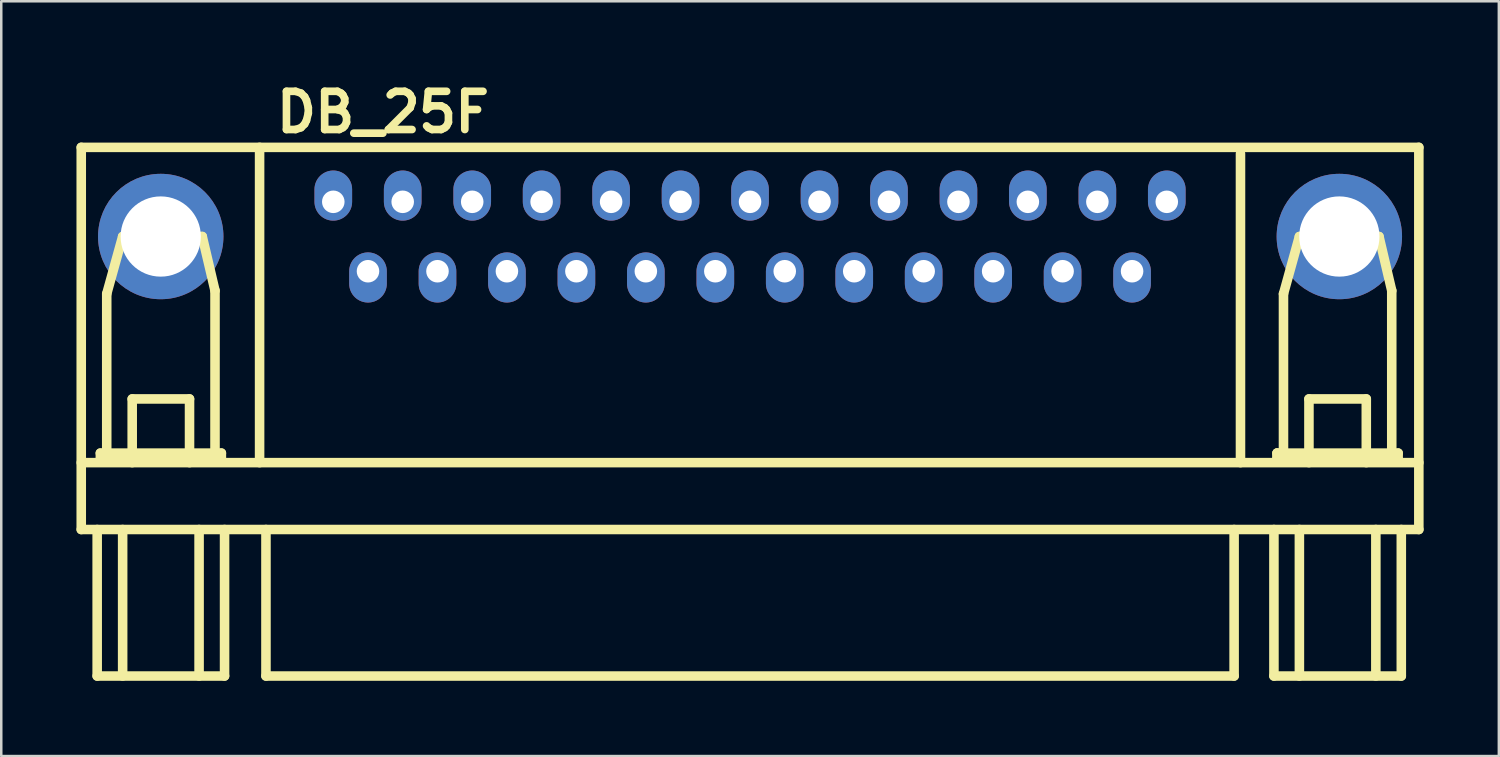
<source format=kicad_pcb>
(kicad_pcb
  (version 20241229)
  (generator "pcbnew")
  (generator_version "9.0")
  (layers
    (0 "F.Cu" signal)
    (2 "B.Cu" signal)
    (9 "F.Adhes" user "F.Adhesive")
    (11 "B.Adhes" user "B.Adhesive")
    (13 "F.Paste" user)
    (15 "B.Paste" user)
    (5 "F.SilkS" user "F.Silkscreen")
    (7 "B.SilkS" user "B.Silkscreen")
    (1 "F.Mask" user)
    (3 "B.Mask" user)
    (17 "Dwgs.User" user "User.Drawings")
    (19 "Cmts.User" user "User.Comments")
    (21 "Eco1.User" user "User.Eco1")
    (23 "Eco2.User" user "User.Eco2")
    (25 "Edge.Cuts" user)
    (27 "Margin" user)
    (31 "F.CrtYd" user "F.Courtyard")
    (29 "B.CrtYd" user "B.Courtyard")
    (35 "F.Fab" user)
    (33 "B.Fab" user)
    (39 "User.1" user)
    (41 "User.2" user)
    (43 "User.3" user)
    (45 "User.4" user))
  (footprint "DB_25F"
    (layer "F.Cu")
    (at 26.86 13.494)
    (property "Reference" "DB_25F" (at -14.64 -12.068 0) (layer "F.SilkS") (effects (font (size 1.524 1.524) (thickness 0.305))))
    (attr through_hole)
    (fp_line (start -26.67 -10.668) (end -26.67 4.572) (stroke (width 0.381) (type solid)) (layer "F.SilkS"))
    (fp_line (start -26.67 1.905) (end 26.67 1.905) (stroke (width 0.381) (type solid)) (layer "F.SilkS"))
    (fp_line (start -26.035 4.572) (end -26.035 10.414) (stroke (width 0.381) (type solid)) (layer "F.SilkS"))
    (fp_line (start -26.035 10.414) (end -20.955 10.414) (stroke (width 0.381) (type solid)) (layer "F.SilkS"))
    (fp_line (start -25.908 1.524) (end -25.908 1.778) (stroke (width 0.381) (type solid)) (layer "F.SilkS"))
    (fp_line (start -25.908 1.778) (end -21.082 1.778) (stroke (width 0.381) (type solid)) (layer "F.SilkS"))
    (fp_line (start -25.654 -4.826) (end -25.019 -7.112) (stroke (width 0.381) (type solid)) (layer "F.SilkS"))
    (fp_line (start -25.654 1.524) (end -25.654 -4.826) (stroke (width 0.381) (type solid)) (layer "F.SilkS"))
    (fp_line (start -25.019 -7.112) (end -21.844 -7.112) (stroke (width 0.381) (type solid)) (layer "F.SilkS"))
    (fp_line (start -25.019 4.572) (end -25.019 10.414) (stroke (width 0.381) (type solid)) (layer "F.SilkS"))
    (fp_line (start -24.638 -0.635) (end -22.352 -0.635) (stroke (width 0.381) (type solid)) (layer "F.SilkS"))
    (fp_line (start -24.638 1.905) (end -24.638 -0.635) (stroke (width 0.381) (type solid)) (layer "F.SilkS"))
    (fp_line (start -22.352 -0.635) (end -22.352 1.905) (stroke (width 0.381) (type solid)) (layer "F.SilkS"))
    (fp_line (start -21.971 4.572) (end -21.971 10.414) (stroke (width 0.381) (type solid)) (layer "F.SilkS"))
    (fp_line (start -21.844 -7.112) (end -21.336 -4.953) (stroke (width 0.381) (type solid)) (layer "F.SilkS"))
    (fp_line (start -21.336 -4.953) (end -21.336 1.524) (stroke (width 0.381) (type solid)) (layer "F.SilkS"))
    (fp_line (start -21.082 1.524) (end -25.908 1.524) (stroke (width 0.381) (type solid)) (layer "F.SilkS"))
    (fp_line (start -21.082 1.778) (end -21.082 1.524) (stroke (width 0.381) (type solid)) (layer "F.SilkS"))
    (fp_line (start -20.955 4.572) (end -20.955 10.414) (stroke (width 0.381) (type solid)) (layer "F.SilkS"))
    (fp_line (start -19.558 1.905) (end -19.558 -10.668) (stroke (width 0.381) (type solid)) (layer "F.SilkS"))
    (fp_line (start -19.304 4.572) (end -19.304 10.414) (stroke (width 0.381) (type solid)) (layer "F.SilkS"))
    (fp_line (start 19.304 10.414) (end -19.304 10.414) (stroke (width 0.381) (type solid)) (layer "F.SilkS"))
    (fp_line (start 19.304 10.414) (end 19.304 4.572) (stroke (width 0.381) (type solid)) (layer "F.SilkS"))
    (fp_line (start 19.558 1.905) (end 19.558 -10.414) (stroke (width 0.381) (type solid)) (layer "F.SilkS"))
    (fp_line (start 20.892 4.572) (end 20.892 10.414) (stroke (width 0.381) (type solid)) (layer "F.SilkS"))
    (fp_line (start 20.892 10.414) (end 25.971 10.414) (stroke (width 0.381) (type solid)) (layer "F.SilkS"))
    (fp_line (start 21.018 1.524) (end 21.018 1.778) (stroke (width 0.381) (type solid)) (layer "F.SilkS"))
    (fp_line (start 21.018 1.524) (end 21.018 1.778) (stroke (width 0.381) (type solid)) (layer "F.SilkS"))
    (fp_line (start 21.018 1.778) (end 25.845 1.778) (stroke (width 0.381) (type solid)) (layer "F.SilkS"))
    (fp_line (start 21.273 -4.826) (end 21.907 -7.112) (stroke (width 0.381) (type solid)) (layer "F.SilkS"))
    (fp_line (start 21.273 1.524) (end 21.273 -4.826) (stroke (width 0.381) (type solid)) (layer "F.SilkS"))
    (fp_line (start 21.907 -7.112) (end 25.082 -7.112) (stroke (width 0.381) (type solid)) (layer "F.SilkS"))
    (fp_line (start 21.907 4.572) (end 21.907 10.414) (stroke (width 0.381) (type solid)) (layer "F.SilkS"))
    (fp_line (start 22.288 -0.635) (end 24.575 -0.635) (stroke (width 0.381) (type solid)) (layer "F.SilkS"))
    (fp_line (start 22.288 1.905) (end 22.288 -0.635) (stroke (width 0.381) (type solid)) (layer "F.SilkS"))
    (fp_line (start 24.575 -0.635) (end 24.575 1.905) (stroke (width 0.381) (type solid)) (layer "F.SilkS"))
    (fp_line (start 24.956 4.572) (end 24.956 10.414) (stroke (width 0.381) (type solid)) (layer "F.SilkS"))
    (fp_line (start 25.082 -7.112) (end 25.59 -4.953) (stroke (width 0.381) (type solid)) (layer "F.SilkS"))
    (fp_line (start 25.59 -4.953) (end 25.59 1.524) (stroke (width 0.381) (type solid)) (layer "F.SilkS"))
    (fp_line (start 25.845 1.524) (end 21.018 1.524) (stroke (width 0.381) (type solid)) (layer "F.SilkS"))
    (fp_line (start 25.845 1.778) (end 25.845 1.524) (stroke (width 0.381) (type solid)) (layer "F.SilkS"))
    (fp_line (start 25.971 4.572) (end 25.971 10.414) (stroke (width 0.381) (type solid)) (layer "F.SilkS"))
    (fp_line (start 26.67 -10.668) (end -26.67 -10.668) (stroke (width 0.381) (type solid)) (layer "F.SilkS"))
    (fp_line (start 26.67 -10.668) (end 26.67 4.572) (stroke (width 0.381) (type solid)) (layer "F.SilkS"))
    (fp_line (start 26.67 4.572) (end -26.67 4.572) (stroke (width 0.381) (type solid)) (layer "F.SilkS"))
    (pad "" thru_hole circle (at -23.5 -7.112) (size 5.001 5.001) (drill 3.2) (layers "*.Cu" "*.Mask"))
    (pad "" thru_hole circle (at 23.5 -7.112) (size 5.001 5.001) (drill 3.2) (layers "*.Cu" "*.Mask"))
    (pad "1" thru_hole oval (at 16.619 -8.496) (size 1.501 1.999) (drill 0.899 (offset 0 -0.249)) (layers "*.Cu" "*.Mask"))
    (pad "2" thru_hole oval (at 13.851 -8.496) (size 1.501 1.999) (drill 0.899 (offset 0 -0.249)) (layers "*.Cu" "*.Mask"))
    (pad "3" thru_hole oval (at 11.079 -8.496) (size 1.501 1.999) (drill 0.899 (offset 0 -0.249)) (layers "*.Cu" "*.Mask"))
    (pad "4" thru_hole oval (at 8.311 -8.496) (size 1.501 1.999) (drill 0.899 (offset 0 -0.249)) (layers "*.Cu" "*.Mask"))
    (pad "5" thru_hole oval (at 5.54 -8.496) (size 1.501 1.999) (drill 0.899 (offset 0 -0.249)) (layers "*.Cu" "*.Mask"))
    (pad "6" thru_hole oval (at 2.771 -8.496) (size 1.501 1.999) (drill 0.899 (offset 0 -0.249)) (layers "*.Cu" "*.Mask"))
    (pad "7" thru_hole oval (at 0 -8.496) (size 1.501 1.999) (drill 0.899 (offset 0 -0.249)) (layers "*.Cu" "*.Mask"))
    (pad "8" thru_hole oval (at -2.771 -8.496) (size 1.501 1.999) (drill 0.899 (offset 0 -0.249)) (layers "*.Cu" "*.Mask"))
    (pad "9" thru_hole oval (at -5.54 -8.496) (size 1.501 1.999) (drill 0.899 (offset 0 -0.249)) (layers "*.Cu" "*.Mask"))
    (pad "10" thru_hole oval (at -8.311 -8.496) (size 1.501 1.999) (drill 0.899 (offset 0 -0.249)) (layers "*.Cu" "*.Mask"))
    (pad "11" thru_hole oval (at -11.079 -8.496) (size 1.501 1.999) (drill 0.899 (offset 0 -0.249)) (layers "*.Cu" "*.Mask"))
    (pad "12" thru_hole oval (at -13.851 -8.496) (size 1.501 1.999) (drill 0.899 (offset 0 -0.249)) (layers "*.Cu" "*.Mask"))
    (pad "13" thru_hole oval (at -16.619 -8.496) (size 1.501 1.999) (drill 0.899 (offset 0 -0.249)) (layers "*.Cu" "*.Mask"))
    (pad "14" thru_hole oval (at 15.235 -5.728) (size 1.501 1.999) (drill 0.899 (offset 0 0.249)) (layers "*.Cu" "*.Mask"))
    (pad "15" thru_hole oval (at 12.464 -5.728) (size 1.501 1.999) (drill 0.899 (offset 0 0.249)) (layers "*.Cu" "*.Mask"))
    (pad "16" thru_hole oval (at 9.695 -5.728) (size 1.501 1.999) (drill 0.899 (offset 0 0.249)) (layers "*.Cu" "*.Mask"))
    (pad "17" thru_hole oval (at 6.924 -5.728) (size 1.501 1.999) (drill 0.899 (offset 0 0.249)) (layers "*.Cu" "*.Mask"))
    (pad "18" thru_hole oval (at 4.155 -5.728) (size 1.501 1.999) (drill 0.899 (offset 0 0.249)) (layers "*.Cu" "*.Mask"))
    (pad "19" thru_hole oval (at 1.384 -5.728) (size 1.501 1.999) (drill 0.899 (offset 0 0.249)) (layers "*.Cu" "*.Mask"))
    (pad "20" thru_hole oval (at -1.384 -5.728) (size 1.501 1.999) (drill 0.899 (offset 0 0.249)) (layers "*.Cu" "*.Mask"))
    (pad "21" thru_hole oval (at -4.155 -5.728) (size 1.501 1.999) (drill 0.899 (offset 0 0.249)) (layers "*.Cu" "*.Mask"))
    (pad "22" thru_hole oval (at -6.924 -5.728) (size 1.501 1.999) (drill 0.899 (offset 0 0.249)) (layers "*.Cu" "*.Mask"))
    (pad "23" thru_hole oval (at -9.695 -5.728) (size 1.501 1.999) (drill 0.899 (offset 0 0.249)) (layers "*.Cu" "*.Mask"))
    (pad "24" thru_hole oval (at -12.464 -5.728) (size 1.501 1.999) (drill 0.899 (offset 0 0.249)) (layers "*.Cu" "*.Mask"))
    (pad "25" thru_hole oval (at -15.235 -5.728) (size 1.501 1.999) (drill 0.899 (offset 0 0.249)) (layers "*.Cu" "*.Mask")))
  (gr_rect
    (start -3 -3)
    (end 56.721 27.099)
    (stroke (width 0.1) (type default))
    (fill no)
    (layer "Edge.Cuts")))
</source>
